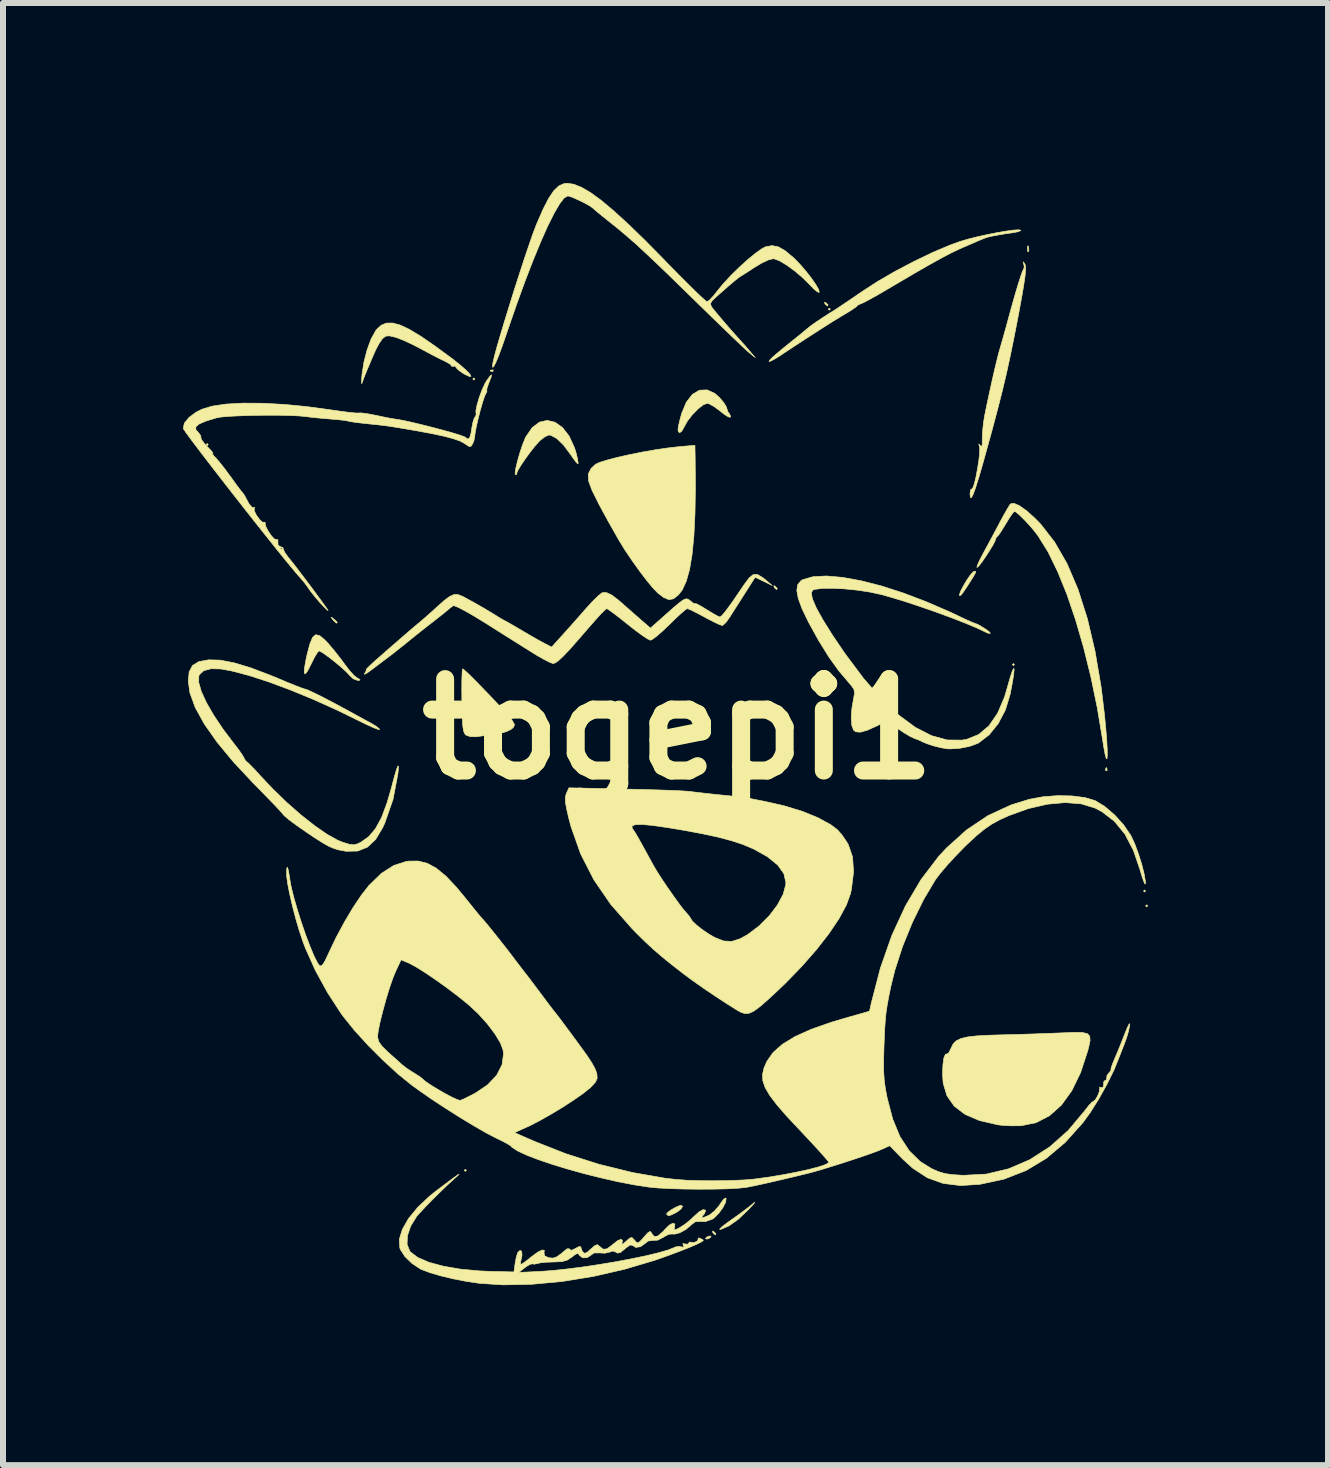
<source format=kicad_pcb>
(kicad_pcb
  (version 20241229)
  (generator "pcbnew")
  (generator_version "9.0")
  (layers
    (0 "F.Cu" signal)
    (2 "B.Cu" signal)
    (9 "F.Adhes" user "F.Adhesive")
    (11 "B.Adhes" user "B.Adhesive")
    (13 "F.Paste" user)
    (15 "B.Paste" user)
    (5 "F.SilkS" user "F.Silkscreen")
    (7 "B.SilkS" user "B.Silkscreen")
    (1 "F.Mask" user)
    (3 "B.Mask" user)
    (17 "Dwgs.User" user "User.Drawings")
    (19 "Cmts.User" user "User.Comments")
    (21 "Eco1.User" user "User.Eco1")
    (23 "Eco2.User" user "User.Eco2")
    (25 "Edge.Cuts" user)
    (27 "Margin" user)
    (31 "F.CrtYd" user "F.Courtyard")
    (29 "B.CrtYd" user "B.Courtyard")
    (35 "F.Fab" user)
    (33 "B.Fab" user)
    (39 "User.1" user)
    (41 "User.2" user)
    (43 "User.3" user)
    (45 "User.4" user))
  (footprint "togepi1"
    (layer "F.Cu")
    (at 8.254 9.107)
    (property "Reference" "togepi1" (at 0 0 0) (layer "F.SilkS") (effects (font (size 1.524 1.524) (thickness 0.3))))
    (attr through_hole)
    (fp_poly (pts (xy -7.832 -4.745) (xy -7.849 -4.727) (xy -7.867 -4.745) (xy -7.849 -4.763) (xy -7.832 -4.745)) (stroke (width 0.01) (type solid)) (fill yes) (layer "F.SilkS"))
    (fp_poly (pts (xy -3.528 7.355) (xy -3.545 7.373) (xy -3.563 7.355) (xy -3.545 7.338) (xy -3.528 7.355)) (stroke (width 0.01) (type solid)) (fill yes) (layer "F.SilkS"))
    (fp_poly (pts (xy -3.387 -5.838) (xy -3.404 -5.821) (xy -3.422 -5.838) (xy -3.404 -5.856) (xy -3.387 -5.838)) (stroke (width 0.01) (type solid)) (fill yes) (layer "F.SilkS"))
    (fp_poly (pts (xy 2.54 -7.003) (xy 2.522 -6.985) (xy 2.505 -7.003) (xy 2.522 -7.02) (xy 2.54 -7.003)) (stroke (width 0.01) (type solid)) (fill yes) (layer "F.SilkS"))
    (fp_poly (pts (xy 5.609 -1.076) (xy 5.592 -1.058) (xy 5.574 -1.076) (xy 5.592 -1.094) (xy 5.609 -1.076)) (stroke (width 0.01) (type solid)) (fill yes) (layer "F.SilkS"))
    (fp_poly (pts (xy 7.796 2.699) (xy 7.779 2.716) (xy 7.761 2.699) (xy 7.779 2.681) (xy 7.796 2.699)) (stroke (width 0.01) (type solid)) (fill yes) (layer "F.SilkS"))
    (fp_poly (pts (xy 7.832 2.946) (xy 7.814 2.963) (xy 7.796 2.946) (xy 7.814 2.928) (xy 7.832 2.946)) (stroke (width 0.01) (type solid)) (fill yes) (layer "F.SilkS"))
    (fp_poly (pts (xy -3.081 -5.985) (xy -3.086 -5.964) (xy -3.104 -5.962) (xy -3.133 -5.975) (xy -3.128 -5.985) (xy -3.086 -5.99) (xy -3.081 -5.985)) (stroke (width 0.01) (type solid)) (fill yes) (layer "F.SilkS"))
    (fp_poly (pts (xy 5.844 -8.052) (xy 5.849 -7.98) (xy 5.844 -7.964) (xy 5.831 -7.96) (xy 5.826 -8.008) (xy 5.832 -8.058) (xy 5.844 -8.052)) (stroke (width 0.01) (type solid)) (fill yes) (layer "F.SilkS"))
    (fp_poly (pts (xy 7.15 0.647) (xy 7.154 0.689) (xy 7.15 0.694) (xy 7.129 0.689) (xy 7.126 0.67) (xy 7.139 0.641) (xy 7.15 0.647)) (stroke (width 0.01) (type solid)) (fill yes) (layer "F.SilkS"))
    (fp_poly (pts (xy 0.547 8.467) (xy 0.509 8.496) (xy 0.468 8.501) (xy 0.459 8.488) (xy 0.486 8.465) (xy 0.513 8.453) (xy 0.55 8.451) (xy 0.547 8.467)) (stroke (width 0.01) (type solid)) (fill yes) (layer "F.SilkS"))
    (fp_poly (pts (xy 0.594 8.375) (xy 0.632 8.411) (xy 0.624 8.431) (xy 0.619 8.431) (xy 0.59 8.406) (xy 0.579 8.391) (xy 0.575 8.367) (xy 0.594 8.375)) (stroke (width 0.01) (type solid)) (fill yes) (layer "F.SilkS"))
    (fp_poly (pts (xy 1.617 -2.385) (xy 1.655 -2.349) (xy 1.647 -2.329) (xy 1.642 -2.328) (xy 1.613 -2.353) (xy 1.602 -2.369) (xy 1.598 -2.393) (xy 1.617 -2.385)) (stroke (width 0.01) (type solid)) (fill yes) (layer "F.SilkS"))
    (fp_poly (pts (xy 2.464 -7.112) (xy 2.502 -7.076) (xy 2.494 -7.056) (xy 2.489 -7.056) (xy 2.459 -7.081) (xy 2.448 -7.096) (xy 2.444 -7.12) (xy 2.464 -7.112)) (stroke (width 0.01) (type solid)) (fill yes) (layer "F.SilkS"))
    (fp_poly (pts (xy -5.767 -1.859) (xy -5.741 -1.839) (xy -5.693 -1.795) (xy -5.68 -1.777) (xy -5.697 -1.767) (xy -5.744 -1.812) (xy -5.755 -1.826) (xy -5.785 -1.867) (xy -5.767 -1.859)) (stroke (width 0.01) (type solid)) (fill yes) (layer "F.SilkS"))
    (fp_poly (pts (xy 0.076 7.955) (xy 0.053 7.996) (xy -0.005 8.043) (xy -0.034 8.06) (xy -0.117 8.101) (xy -0.161 8.111) (xy -0.185 8.093) (xy -0.19 8.084) (xy -0.172 8.056) (xy -0.114 8.014) (xy -0.038 7.971) (xy 0.03 7.942) (xy 0.054 7.938) (xy 0.076 7.955)) (stroke (width 0.01) (type solid)) (fill yes) (layer "F.SilkS"))
    (fp_poly (pts (xy 1.265 7.91) (xy 1.208 7.974) (xy 1.182 8.002) (xy 1.006 8.17) (xy 0.848 8.282) (xy 0.706 8.343) (xy 0.693 8.336) (xy 0.732 8.297) (xy 0.814 8.234) (xy 0.882 8.185) (xy 1.015 8.091) (xy 1.139 7.999) (xy 1.232 7.926) (xy 1.252 7.908) (xy 1.281 7.886) (xy 1.265 7.91)) (stroke (width 0.01) (type solid)) (fill yes) (layer "F.SilkS"))
    (fp_poly (pts (xy 4.966 -2.625) (xy 4.949 -2.586) (xy 4.901 -2.507) (xy 4.839 -2.408) (xy 4.762 -2.292) (xy 4.716 -2.233) (xy 4.694 -2.226) (xy 4.692 -2.241) (xy 4.71 -2.297) (xy 4.756 -2.385) (xy 4.814 -2.484) (xy 4.873 -2.569) (xy 4.918 -2.62) (xy 4.926 -2.625) (xy 4.957 -2.635) (xy 4.966 -2.625)) (stroke (width 0.01) (type solid)) (fill yes) (layer "F.SilkS"))
    (fp_poly (pts (xy 0.614 -5.598) (xy 0.69 -5.53) (xy 0.761 -5.447) (xy 0.804 -5.377) (xy 0.811 -5.354) (xy 0.834 -5.288) (xy 0.853 -5.264) (xy 0.878 -5.217) (xy 0.872 -5.2) (xy 0.836 -5.208) (xy 0.765 -5.254) (xy 0.701 -5.305) (xy 0.606 -5.376) (xy 0.522 -5.423) (xy 0.485 -5.433) (xy 0.418 -5.406) (xy 0.33 -5.336) (xy 0.237 -5.24) (xy 0.156 -5.136) (xy 0.107 -5.047) (xy 0.063 -4.968) (xy 0.025 -4.941) (xy 0.002 -4.97) (xy 0 -4.999) (xy 0.01 -5.064) (xy 0.035 -5.17) (xy 0.061 -5.265) (xy 0.139 -5.452) (xy 0.239 -5.581) (xy 0.356 -5.651) (xy 0.484 -5.657) (xy 0.614 -5.598)) (stroke (width 0.01) (type solid)) (fill yes) (layer "F.SilkS"))
    (fp_poly (pts (xy -3.564 -0.987) (xy -3.498 -0.927) (xy -3.403 -0.834) (xy -3.29 -0.718) (xy -3.167 -0.591) (xy -3.044 -0.461) (xy -2.931 -0.338) (xy -2.837 -0.233) (xy -2.772 -0.155) (xy -2.757 -0.134) (xy -2.725 -0.075) (xy -2.743 -0.031) (xy -2.78 0.001) (xy -2.856 0.039) (xy -2.973 0.072) (xy -3.059 0.087) (xy -3.193 0.103) (xy -3.315 0.119) (xy -3.37 0.127) (xy -3.466 0.124) (xy -3.536 0.098) (xy -3.56 0.07) (xy -3.577 0.022) (xy -3.589 -0.057) (xy -3.597 -0.18) (xy -3.602 -0.356) (xy -3.603 -0.467) (xy -3.605 -0.651) (xy -3.604 -0.809) (xy -3.6 -0.929) (xy -3.595 -0.996) (xy -3.592 -1.006) (xy -3.564 -0.987)) (stroke (width 0.01) (type solid)) (fill yes) (layer "F.SilkS"))
    (fp_poly (pts (xy -5.973 -1.559) (xy -5.886 -1.486) (xy -5.832 -1.429) (xy -5.725 -1.302) (xy -5.616 -1.163) (xy -5.554 -1.078) (xy -5.475 -0.975) (xy -5.398 -0.892) (xy -5.354 -0.858) (xy -5.301 -0.826) (xy -5.308 -0.815) (xy -5.345 -0.814) (xy -5.415 -0.84) (xy -5.477 -0.899) (xy -5.531 -0.957) (xy -5.618 -1.036) (xy -5.722 -1.123) (xy -5.827 -1.205) (xy -5.917 -1.269) (xy -5.976 -1.303) (xy -5.986 -1.305) (xy -6.014 -1.275) (xy -6.061 -1.197) (xy -6.116 -1.088) (xy -6.117 -1.085) (xy -6.176 -0.97) (xy -6.215 -0.921) (xy -6.232 -0.939) (xy -6.227 -1.021) (xy -6.201 -1.168) (xy -6.183 -1.25) (xy -6.137 -1.424) (xy -6.092 -1.531) (xy -6.039 -1.575) (xy -5.973 -1.559)) (stroke (width 0.01) (type solid)) (fill yes) (layer "F.SilkS"))
    (fp_poly (pts (xy 0.286 -4.527) (xy 0.29 -4.027) (xy 0.283 -3.594) (xy 0.265 -3.224) (xy 0.235 -2.915) (xy 0.193 -2.664) (xy 0.138 -2.467) (xy 0.071 -2.321) (xy 0.009 -2.241) (xy -0.075 -2.174) (xy -0.153 -2.159) (xy -0.243 -2.198) (xy -0.338 -2.271) (xy -0.417 -2.353) (xy -0.523 -2.481) (xy -0.643 -2.639) (xy -0.768 -2.814) (xy -0.886 -2.989) (xy -0.986 -3.152) (xy -0.995 -3.168) (xy -1.174 -3.484) (xy -1.315 -3.744) (xy -1.417 -3.949) (xy -1.435 -3.986) (xy -1.491 -4.139) (xy -1.496 -4.255) (xy -1.448 -4.349) (xy -1.374 -4.417) (xy -1.303 -4.45) (xy -1.175 -4.489) (xy -1.005 -4.533) (xy -0.806 -4.578) (xy -0.591 -4.621) (xy -0.373 -4.659) (xy -0.168 -4.689) (xy 0.009 -4.709) (xy 0.282 -4.733) (xy 0.286 -4.527)) (stroke (width 0.01) (type solid)) (fill yes) (layer "F.SilkS"))
    (fp_poly (pts (xy -2.05 -5.117) (xy -1.926 -5.029) (xy -1.815 -4.886) (xy -1.725 -4.69) (xy -1.695 -4.591) (xy -1.673 -4.496) (xy -1.665 -4.435) (xy -1.667 -4.424) (xy -1.692 -4.443) (xy -1.742 -4.508) (xy -1.795 -4.585) (xy -1.91 -4.739) (xy -2.022 -4.847) (xy -2.121 -4.9) (xy -2.152 -4.904) (xy -2.212 -4.88) (xy -2.292 -4.82) (xy -2.324 -4.789) (xy -2.389 -4.715) (xy -2.467 -4.615) (xy -2.546 -4.507) (xy -2.616 -4.404) (xy -2.666 -4.322) (xy -2.686 -4.278) (xy -2.685 -4.274) (xy -2.694 -4.244) (xy -2.696 -4.242) (xy -2.714 -4.249) (xy -2.716 -4.266) (xy -2.705 -4.349) (xy -2.675 -4.473) (xy -2.634 -4.616) (xy -2.588 -4.752) (xy -2.545 -4.858) (xy -2.538 -4.872) (xy -2.432 -5.027) (xy -2.31 -5.119) (xy -2.181 -5.148) (xy -2.05 -5.117)) (stroke (width 0.01) (type solid)) (fill yes) (layer "F.SilkS"))
    (fp_poly (pts (xy 6.743 5.057) (xy 6.826 5.077) (xy 6.865 5.119) (xy 6.87 5.191) (xy 6.848 5.299) (xy 6.83 5.366) (xy 6.712 5.726) (xy 6.566 6.027) (xy 6.392 6.268) (xy 6.192 6.446) (xy 5.969 6.561) (xy 5.723 6.611) (xy 5.704 6.612) (xy 5.554 6.613) (xy 5.404 6.605) (xy 5.327 6.595) (xy 5.025 6.525) (xy 4.785 6.422) (xy 4.605 6.285) (xy 4.484 6.112) (xy 4.421 5.903) (xy 4.41 5.752) (xy 4.417 5.592) (xy 4.433 5.478) (xy 4.459 5.419) (xy 4.482 5.416) (xy 4.511 5.399) (xy 4.546 5.333) (xy 4.554 5.315) (xy 4.587 5.248) (xy 4.638 5.196) (xy 4.715 5.158) (xy 4.828 5.131) (xy 4.987 5.113) (xy 5.199 5.102) (xy 5.409 5.096) (xy 5.648 5.09) (xy 5.905 5.082) (xy 6.152 5.073) (xy 6.363 5.065) (xy 6.409 5.063) (xy 6.607 5.055) (xy 6.743 5.057)) (stroke (width 0.01) (type solid)) (fill yes) (layer "F.SilkS"))
    (fp_poly (pts (xy -4.633 -6.738) (xy -4.478 -6.665) (xy -4.289 -6.551) (xy -4.059 -6.393) (xy -3.783 -6.191) (xy -3.766 -6.178) (xy -3.633 -6.073) (xy -3.534 -5.986) (xy -3.472 -5.921) (xy -3.451 -5.883) (xy -3.475 -5.879) (xy -3.549 -5.913) (xy -3.581 -5.931) (xy -3.658 -5.985) (xy -3.701 -6.029) (xy -3.704 -6.038) (xy -3.726 -6.056) (xy -3.739 -6.05) (xy -3.772 -6.048) (xy -3.775 -6.057) (xy -3.804 -6.089) (xy -3.875 -6.129) (xy -3.889 -6.136) (xy -3.973 -6.176) (xy -4.096 -6.239) (xy -4.236 -6.314) (xy -4.286 -6.341) (xy -4.433 -6.417) (xy -4.576 -6.483) (xy -4.691 -6.528) (xy -4.718 -6.536) (xy -4.816 -6.558) (xy -4.875 -6.552) (xy -4.922 -6.515) (xy -4.93 -6.507) (xy -4.982 -6.433) (xy -5.039 -6.326) (xy -5.06 -6.279) (xy -5.117 -6.147) (xy -5.174 -6.013) (xy -5.188 -5.98) (xy -5.231 -5.874) (xy -5.263 -5.785) (xy -5.269 -5.768) (xy -5.276 -5.762) (xy -5.276 -5.814) (xy -5.269 -5.908) (xy -5.237 -6.117) (xy -5.184 -6.323) (xy -5.117 -6.505) (xy -5.041 -6.642) (xy -5.023 -6.666) (xy -4.949 -6.734) (xy -4.863 -6.77) (xy -4.76 -6.772) (xy -4.633 -6.738)) (stroke (width 0.01) (type solid)) (fill yes) (layer "F.SilkS"))
    (fp_poly (pts (xy 5.77 -7.775) (xy 5.785 -7.752) (xy 5.795 -7.717) (xy 5.795 -7.65) (xy 5.785 -7.546) (xy 5.763 -7.397) (xy 5.729 -7.196) (xy 5.681 -6.936) (xy 5.662 -6.835) (xy 5.597 -6.504) (xy 5.535 -6.202) (xy 5.472 -5.914) (xy 5.403 -5.625) (xy 5.325 -5.319) (xy 5.235 -4.981) (xy 5.129 -4.597) (xy 5.092 -4.463) (xy 5.02 -4.213) (xy 4.963 -4.031) (xy 4.92 -3.913) (xy 4.891 -3.859) (xy 4.874 -3.865) (xy 4.868 -3.928) (xy 4.878 -3.992) (xy 4.9 -4.007) (xy 4.919 -4.029) (xy 4.944 -4.104) (xy 4.97 -4.215) (xy 4.994 -4.346) (xy 5.015 -4.479) (xy 5.028 -4.597) (xy 5.03 -4.683) (xy 5.026 -4.711) (xy 5.014 -4.755) (xy 5.033 -4.738) (xy 5.04 -4.727) (xy 5.063 -4.711) (xy 5.072 -4.75) (xy 5.072 -4.833) (xy 5.077 -4.956) (xy 5.093 -5.109) (xy 5.111 -5.221) (xy 5.143 -5.379) (xy 5.183 -5.566) (xy 5.226 -5.764) (xy 5.27 -5.958) (xy 5.311 -6.129) (xy 5.344 -6.262) (xy 5.364 -6.332) (xy 5.384 -6.401) (xy 5.419 -6.524) (xy 5.465 -6.687) (xy 5.517 -6.878) (xy 5.561 -7.038) (xy 5.616 -7.233) (xy 5.667 -7.405) (xy 5.71 -7.54) (xy 5.741 -7.629) (xy 5.757 -7.658) (xy 5.773 -7.704) (xy 5.766 -7.746) (xy 5.754 -7.792) (xy 5.77 -7.775)) (stroke (width 0.01) (type solid)) (fill yes) (layer "F.SilkS"))
    (fp_poly (pts (xy 5.69 -3.727) (xy 5.808 -3.644) (xy 5.945 -3.522) (xy 6.047 -3.418) (xy 6.279 -3.12) (xy 6.487 -2.758) (xy 6.669 -2.332) (xy 6.825 -1.843) (xy 6.954 -1.294) (xy 7.057 -0.686) (xy 7.109 -0.252) (xy 7.132 -0.013) (xy 7.148 0.185) (xy 7.156 0.338) (xy 7.157 0.442) (xy 7.152 0.494) (xy 7.14 0.49) (xy 7.122 0.426) (xy 7.098 0.297) (xy 7.079 0.176) (xy 6.99 -0.357) (xy 6.883 -0.873) (xy 6.761 -1.366) (xy 6.627 -1.827) (xy 6.483 -2.25) (xy 6.33 -2.626) (xy 6.172 -2.95) (xy 6.01 -3.212) (xy 5.954 -3.288) (xy 5.87 -3.388) (xy 5.779 -3.486) (xy 5.695 -3.569) (xy 5.632 -3.621) (xy 5.609 -3.632) (xy 5.582 -3.605) (xy 5.534 -3.537) (xy 5.512 -3.501) (xy 5.432 -3.37) (xy 5.38 -3.287) (xy 5.348 -3.24) (xy 5.325 -3.215) (xy 5.315 -3.206) (xy 5.294 -3.175) (xy 5.295 -3.171) (xy 5.285 -3.135) (xy 5.245 -3.06) (xy 5.186 -2.964) (xy 5.12 -2.863) (xy 5.057 -2.773) (xy 5.007 -2.712) (xy 4.983 -2.695) (xy 4.991 -2.732) (xy 5.027 -2.812) (xy 5.083 -2.921) (xy 5.09 -2.934) (xy 5.167 -3.076) (xy 5.259 -3.247) (xy 5.348 -3.414) (xy 5.361 -3.44) (xy 5.431 -3.569) (xy 5.492 -3.676) (xy 5.533 -3.743) (xy 5.543 -3.756) (xy 5.599 -3.766) (xy 5.69 -3.727)) (stroke (width 0.01) (type solid)) (fill yes) (layer "F.SilkS"))
    (fp_poly (pts (xy 5.714 -8.318) (xy 5.711 -8.311) (xy 5.664 -8.292) (xy 5.578 -8.276) (xy 5.57 -8.275) (xy 5.467 -8.261) (xy 5.337 -8.239) (xy 5.215 -8.216) (xy 5.151 -8.2) (xy 5.104 -8.183) (xy 5.01 -8.144) (xy 4.886 -8.09) (xy 4.746 -8.03) (xy 4.675 -7.998) (xy 4.55 -7.938) (xy 4.386 -7.852) (xy 4.178 -7.736) (xy 3.922 -7.589) (xy 3.613 -7.407) (xy 3.489 -7.334) (xy 3.336 -7.244) (xy 3.203 -7.17) (xy 3.103 -7.117) (xy 3.048 -7.092) (xy 3.042 -7.091) (xy 2.997 -7.07) (xy 2.993 -7.063) (xy 2.958 -7.032) (xy 2.88 -6.979) (xy 2.805 -6.934) (xy 2.689 -6.864) (xy 2.528 -6.765) (xy 2.339 -6.644) (xy 2.134 -6.512) (xy 1.929 -6.378) (xy 1.737 -6.251) (xy 1.72 -6.239) (xy 1.62 -6.176) (xy 1.548 -6.137) (xy 1.517 -6.131) (xy 1.517 -6.132) (xy 1.53 -6.154) (xy 1.572 -6.197) (xy 1.65 -6.265) (xy 1.769 -6.364) (xy 1.935 -6.498) (xy 2.058 -6.597) (xy 2.128 -6.655) (xy 2.165 -6.686) (xy 2.218 -6.728) (xy 2.309 -6.792) (xy 2.416 -6.864) (xy 2.517 -6.929) (xy 2.582 -6.969) (xy 2.632 -7) (xy 2.727 -7.064) (xy 2.857 -7.151) (xy 3.007 -7.254) (xy 3.067 -7.295) (xy 3.329 -7.465) (xy 3.626 -7.637) (xy 3.939 -7.801) (xy 4.247 -7.949) (xy 4.531 -8.069) (xy 4.692 -8.128) (xy 4.827 -8.168) (xy 4.984 -8.208) (xy 5.152 -8.245) (xy 5.318 -8.278) (xy 5.47 -8.304) (xy 5.594 -8.321) (xy 5.68 -8.326) (xy 5.714 -8.318)) (stroke (width 0.01) (type solid)) (fill yes) (layer "F.SilkS"))
    (fp_poly (pts (xy 2.742 -2.531) (xy 3.05 -2.475) (xy 3.391 -2.388) (xy 3.757 -2.27) (xy 4.143 -2.123) (xy 4.542 -1.95) (xy 4.679 -1.885) (xy 4.799 -1.828) (xy 4.894 -1.786) (xy 4.946 -1.765) (xy 4.95 -1.764) (xy 4.995 -1.748) (xy 5.065 -1.708) (xy 5.139 -1.661) (xy 5.194 -1.619) (xy 5.208 -1.598) (xy 5.169 -1.6) (xy 5.128 -1.618) (xy 4.988 -1.685) (xy 4.795 -1.766) (xy 4.564 -1.856) (xy 4.309 -1.95) (xy 4.044 -2.042) (xy 3.785 -2.128) (xy 3.545 -2.201) (xy 3.387 -2.245) (xy 3.197 -2.286) (xy 2.988 -2.318) (xy 2.775 -2.339) (xy 2.575 -2.349) (xy 2.406 -2.347) (xy 2.282 -2.331) (xy 2.25 -2.321) (xy 2.222 -2.274) (xy 2.24 -2.174) (xy 2.304 -2.025) (xy 2.415 -1.825) (xy 2.57 -1.576) (xy 2.771 -1.279) (xy 2.796 -1.244) (xy 3.096 -0.843) (xy 3.391 -0.506) (xy 3.679 -0.235) (xy 3.959 -0.029) (xy 4.229 0.109) (xy 4.49 0.18) (xy 4.738 0.182) (xy 4.814 0.169) (xy 5.013 0.089) (xy 5.184 -0.056) (xy 5.328 -0.265) (xy 5.444 -0.536) (xy 5.484 -0.672) (xy 5.536 -0.854) (xy 5.573 -0.968) (xy 5.596 -1.014) (xy 5.604 -0.995) (xy 5.596 -0.91) (xy 5.572 -0.762) (xy 5.536 -0.576) (xy 5.459 -0.322) (xy 5.34 -0.095) (xy 5.188 0.094) (xy 5.013 0.228) (xy 4.999 0.236) (xy 4.864 0.286) (xy 4.697 0.319) (xy 4.533 0.329) (xy 4.48 0.326) (xy 4.382 0.309) (xy 4.264 0.279) (xy 4.155 0.244) (xy 4.082 0.214) (xy 4.075 0.21) (xy 4.015 0.181) (xy 3.951 0.158) (xy 3.876 0.124) (xy 3.77 0.061) (xy 3.674 -0.003) (xy 3.485 -0.138) (xy 3.321 -0.057) (xy 3.157 0.017) (xy 3.041 0.05) (xy 2.963 0.044) (xy 2.928 0.017) (xy 2.898 -0.061) (xy 2.888 -0.189) (xy 2.899 -0.347) (xy 2.925 -0.497) (xy 2.943 -0.599) (xy 2.933 -0.665) (xy 2.887 -0.731) (xy 2.863 -0.758) (xy 2.683 -0.97) (xy 2.516 -1.202) (xy 2.346 -1.476) (xy 2.323 -1.517) (xy 2.175 -1.786) (xy 2.069 -2.005) (xy 2.005 -2.178) (xy 1.981 -2.311) (xy 1.995 -2.408) (xy 2.048 -2.473) (xy 2.082 -2.494) (xy 2.251 -2.542) (xy 2.474 -2.554) (xy 2.742 -2.531)) (stroke (width 0.01) (type solid)) (fill yes) (layer "F.SilkS"))
    (fp_poly (pts (xy -7.633 -1.151) (xy -7.399 -1.106) (xy -7.118 -1.021) (xy -6.785 -0.894) (xy -6.666 -0.845) (xy -6.508 -0.778) (xy -6.373 -0.724) (xy -6.274 -0.686) (xy -6.226 -0.67) (xy -6.224 -0.67) (xy -6.174 -0.654) (xy -6.072 -0.607) (xy -5.927 -0.535) (xy -5.749 -0.442) (xy -5.546 -0.333) (xy -5.486 -0.3) (xy -5.347 -0.224) (xy -5.214 -0.151) (xy -5.113 -0.097) (xy -5.106 -0.093) (xy -5.025 -0.043) (xy -4.978 -0.003) (xy -4.974 0.006) (xy -5.003 0.003) (xy -5.081 -0.027) (xy -5.195 -0.079) (xy -5.283 -0.122) (xy -5.684 -0.318) (xy -6.082 -0.497) (xy -6.465 -0.655) (xy -6.826 -0.789) (xy -7.153 -0.895) (xy -7.438 -0.97) (xy -7.623 -1.004) (xy -7.784 -1.008) (xy -7.907 -0.975) (xy -7.98 -0.908) (xy -7.989 -0.887) (xy -7.991 -0.78) (xy -7.948 -0.629) (xy -7.863 -0.444) (xy -7.74 -0.231) (xy -7.583 0.003) (xy -7.42 0.219) (xy -7.334 0.33) (xy -7.269 0.422) (xy -7.235 0.479) (xy -7.232 0.489) (xy -7.205 0.533) (xy -7.2 0.535) (xy -7.163 0.565) (xy -7.093 0.636) (xy -7.003 0.732) (xy -6.973 0.766) (xy -6.752 1.001) (xy -6.52 1.225) (xy -6.286 1.43) (xy -6.06 1.608) (xy -5.853 1.752) (xy -5.673 1.852) (xy -5.586 1.887) (xy -5.477 1.92) (xy -5.406 1.928) (xy -5.343 1.912) (xy -5.288 1.885) (xy -5.157 1.793) (xy -5.043 1.658) (xy -4.942 1.472) (xy -4.851 1.228) (xy -4.781 0.988) (xy -4.73 0.796) (xy -4.693 0.671) (xy -4.67 0.613) (xy -4.661 0.619) (xy -4.664 0.688) (xy -4.671 0.749) (xy -4.751 1.169) (xy -4.889 1.566) (xy -4.924 1.642) (xy -5.041 1.838) (xy -5.178 1.967) (xy -5.341 2.032) (xy -5.534 2.036) (xy -5.662 2.012) (xy -5.742 1.987) (xy -5.825 1.951) (xy -5.924 1.895) (xy -6.055 1.812) (xy -6.192 1.72) (xy -6.359 1.604) (xy -6.487 1.509) (xy -6.568 1.44) (xy -6.597 1.404) (xy -6.621 1.377) (xy -6.686 1.306) (xy -6.786 1.202) (xy -6.914 1.07) (xy -7.061 0.92) (xy -7.082 0.899) (xy -7.414 0.544) (xy -7.686 0.215) (xy -7.898 -0.087) (xy -8.049 -0.361) (xy -8.138 -0.607) (xy -8.165 -0.801) (xy -8.15 -0.957) (xy -8.094 -1.062) (xy -7.989 -1.126) (xy -7.826 -1.156) (xy -7.822 -1.156) (xy -7.633 -1.151)) (stroke (width 0.01) (type solid)) (fill yes) (layer "F.SilkS"))
    (fp_poly (pts (xy -0.865 0.999) (xy -0.607 1.005) (xy -0.368 1.012) (xy -0.157 1.019) (xy 0.013 1.026) (xy 0.134 1.033) (xy 0.194 1.038) (xy 0.272 1.048) (xy 0.4 1.063) (xy 0.561 1.081) (xy 0.706 1.096) (xy 0.874 1.113) (xy 1.021 1.13) (xy 1.131 1.144) (xy 1.182 1.152) (xy 1.256 1.167) (xy 1.368 1.189) (xy 1.446 1.204) (xy 1.775 1.279) (xy 2.076 1.371) (xy 2.337 1.478) (xy 2.547 1.593) (xy 2.655 1.674) (xy 2.73 1.758) (xy 2.808 1.872) (xy 2.84 1.926) (xy 2.91 2.131) (xy 2.927 2.38) (xy 2.891 2.67) (xy 2.876 2.741) (xy 2.807 2.932) (xy 2.686 3.156) (xy 2.519 3.405) (xy 2.31 3.673) (xy 2.066 3.952) (xy 1.791 4.235) (xy 1.673 4.348) (xy 1.501 4.508) (xy 1.37 4.622) (xy 1.269 4.697) (xy 1.19 4.735) (xy 1.122 4.743) (xy 1.057 4.724) (xy 0.988 4.687) (xy 0.818 4.58) (xy 0.622 4.452) (xy 0.423 4.317) (xy 0.242 4.19) (xy 0.101 4.086) (xy -0.103 3.927) (xy -0.268 3.794) (xy -0.409 3.672) (xy -0.546 3.545) (xy -0.695 3.398) (xy -0.769 3.322) (xy -1.119 2.924) (xy -1.403 2.511) (xy -1.624 2.078) (xy -1.787 1.616) (xy -1.787 1.613) (xy -0.766 1.613) (xy -0.764 1.654) (xy -0.746 1.677) (xy -0.717 1.72) (xy -0.663 1.811) (xy -0.583 1.955) (xy -0.473 2.156) (xy -0.408 2.275) (xy -0.353 2.368) (xy -0.272 2.495) (xy -0.175 2.639) (xy -0.074 2.783) (xy 0.018 2.911) (xy 0.091 3.007) (xy 0.121 3.041) (xy 0.18 3.108) (xy 0.21 3.152) (xy 0.212 3.156) (xy 0.239 3.2) (xy 0.31 3.267) (xy 0.408 3.344) (xy 0.517 3.418) (xy 0.61 3.472) (xy 0.76 3.531) (xy 0.894 3.539) (xy 1.034 3.495) (xy 1.165 3.422) (xy 1.355 3.278) (xy 1.523 3.109) (xy 1.659 2.929) (xy 1.754 2.751) (xy 1.797 2.588) (xy 1.798 2.557) (xy 1.765 2.409) (xy 1.662 2.265) (xy 1.492 2.127) (xy 1.258 1.996) (xy 1.252 1.994) (xy 1.087 1.924) (xy 0.897 1.861) (xy 0.672 1.801) (xy 0.403 1.743) (xy 0.081 1.683) (xy -0.174 1.641) (xy -0.417 1.606) (xy -0.595 1.589) (xy -0.711 1.592) (xy -0.766 1.613) (xy -1.787 1.613) (xy -1.82 1.489) (xy -1.858 1.326) (xy -1.877 1.213) (xy -1.879 1.136) (xy -1.864 1.078) (xy -1.86 1.069) (xy -1.818 0.978) (xy -0.865 0.999)) (stroke (width 0.01) (type solid)) (fill yes) (layer "F.SilkS"))
    (fp_poly (pts (xy -1.737 -9.085) (xy -1.607 -9.033) (xy -1.455 -8.944) (xy -1.277 -8.814) (xy -1.07 -8.64) (xy -0.829 -8.42) (xy -0.552 -8.151) (xy -0.235 -7.83) (xy -0.185 -7.777) (xy -0.012 -7.601) (xy 0.145 -7.443) (xy 0.28 -7.31) (xy 0.387 -7.208) (xy 0.457 -7.145) (xy 0.485 -7.126) (xy 0.524 -7.153) (xy 0.589 -7.221) (xy 0.651 -7.3) (xy 0.751 -7.423) (xy 0.878 -7.56) (xy 1.02 -7.699) (xy 1.163 -7.829) (xy 1.296 -7.938) (xy 1.404 -8.014) (xy 1.459 -8.042) (xy 1.567 -8.062) (xy 1.672 -8.042) (xy 1.786 -7.977) (xy 1.926 -7.86) (xy 1.939 -7.848) (xy 2.035 -7.749) (xy 2.134 -7.634) (xy 2.226 -7.517) (xy 2.299 -7.41) (xy 2.346 -7.328) (xy 2.355 -7.283) (xy 2.354 -7.281) (xy 2.321 -7.293) (xy 2.259 -7.345) (xy 2.216 -7.39) (xy 2.092 -7.515) (xy 1.954 -7.633) (xy 1.817 -7.734) (xy 1.695 -7.807) (xy 1.603 -7.842) (xy 1.587 -7.843) (xy 1.508 -7.824) (xy 1.395 -7.771) (xy 1.27 -7.696) (xy 1.164 -7.626) (xy 1.082 -7.574) (xy 1.042 -7.55) (xy 1.04 -7.549) (xy 1.008 -7.527) (xy 0.933 -7.466) (xy 0.824 -7.373) (xy 0.691 -7.256) (xy 0.64 -7.211) (xy 0.567 -7.141) (xy 0.541 -7.095) (xy 0.554 -7.051) (xy 0.568 -7.03) (xy 0.612 -6.974) (xy 0.691 -6.879) (xy 0.79 -6.763) (xy 0.897 -6.64) (xy 0.999 -6.526) (xy 1.058 -6.46) (xy 1.117 -6.395) (xy 1.19 -6.31) (xy 1.199 -6.299) (xy 1.288 -6.195) (xy 1.182 -6.281) (xy 1.13 -6.328) (xy 1.035 -6.417) (xy 0.905 -6.541) (xy 0.747 -6.694) (xy 0.568 -6.867) (xy 0.376 -7.054) (xy 0.335 -7.094) (xy 0.06 -7.363) (xy -0.172 -7.589) (xy -0.368 -7.777) (xy -0.535 -7.934) (xy -0.678 -8.067) (xy -0.806 -8.18) (xy -0.925 -8.282) (xy -1.041 -8.378) (xy -1.129 -8.448) (xy -1.245 -8.541) (xy -1.339 -8.617) (xy -1.398 -8.668) (xy -1.411 -8.68) (xy -1.459 -8.717) (xy -1.549 -8.768) (xy -1.657 -8.821) (xy -1.758 -8.866) (xy -1.829 -8.889) (xy -1.839 -8.89) (xy -1.898 -8.857) (xy -1.973 -8.76) (xy -2.064 -8.604) (xy -2.17 -8.393) (xy -2.286 -8.132) (xy -2.413 -7.824) (xy -2.548 -7.475) (xy -2.689 -7.087) (xy -2.835 -6.667) (xy -2.858 -6.597) (xy -2.928 -6.395) (xy -2.988 -6.232) (xy -3.037 -6.114) (xy -3.072 -6.046) (xy -3.091 -6.032) (xy -3.091 -6.077) (xy -3.085 -6.113) (xy -3.062 -6.213) (xy -3.02 -6.369) (xy -2.962 -6.569) (xy -2.892 -6.801) (xy -2.814 -7.054) (xy -2.732 -7.318) (xy -2.648 -7.579) (xy -2.567 -7.828) (xy -2.491 -8.052) (xy -2.426 -8.241) (xy -2.373 -8.382) (xy -2.36 -8.415) (xy -2.253 -8.662) (xy -2.158 -8.847) (xy -2.071 -8.977) (xy -1.986 -9.058) (xy -1.9 -9.096) (xy -1.848 -9.102) (xy -1.737 -9.085)) (stroke (width 0.01) (type solid)) (fill yes) (layer "F.SilkS"))
    (fp_poly (pts (xy 1.412 -2.527) (xy 1.467 -2.483) (xy 1.57 -2.396) (xy 1.428 -2.465) (xy 1.286 -2.533) (xy 1.114 -2.263) (xy 1.025 -2.123) (xy 0.939 -1.989) (xy 0.873 -1.884) (xy 0.858 -1.861) (xy 0.8 -1.78) (xy 0.75 -1.734) (xy 0.736 -1.729) (xy 0.688 -1.745) (xy 0.597 -1.788) (xy 0.479 -1.849) (xy 0.441 -1.87) (xy 0.319 -1.935) (xy 0.221 -1.984) (xy 0.162 -2.009) (xy 0.154 -2.011) (xy 0.118 -1.987) (xy 0.044 -1.924) (xy -0.056 -1.831) (xy -0.141 -1.747) (xy -0.255 -1.638) (xy -0.355 -1.551) (xy -0.429 -1.496) (xy -0.459 -1.483) (xy -0.506 -1.504) (xy -0.594 -1.562) (xy -0.71 -1.647) (xy -0.837 -1.747) (xy -0.966 -1.85) (xy -1.076 -1.934) (xy -1.154 -1.99) (xy -1.19 -2.011) (xy -1.222 -1.985) (xy -1.29 -1.917) (xy -1.382 -1.815) (xy -1.481 -1.702) (xy -1.661 -1.494) (xy -1.801 -1.335) (xy -1.909 -1.221) (xy -1.988 -1.147) (xy -2.044 -1.106) (xy -2.081 -1.094) (xy -2.133 -1.112) (xy -2.229 -1.16) (xy -2.354 -1.231) (xy -2.454 -1.293) (xy -2.602 -1.386) (xy -2.79 -1.504) (xy -2.993 -1.632) (xy -3.192 -1.758) (xy -3.239 -1.787) (xy -3.402 -1.887) (xy -3.545 -1.969) (xy -3.658 -2.028) (xy -3.729 -2.057) (xy -3.747 -2.059) (xy -3.805 -2.017) (xy -3.842 -1.985) (xy -3.896 -1.94) (xy -3.988 -1.867) (xy -4.1 -1.779) (xy -4.128 -1.758) (xy -4.261 -1.654) (xy -4.395 -1.547) (xy -4.503 -1.46) (xy -4.508 -1.455) (xy -4.624 -1.362) (xy -4.744 -1.267) (xy -4.791 -1.231) (xy -4.894 -1.153) (xy -5.02 -1.058) (xy -5.098 -0.999) (xy -5.179 -0.94) (xy -5.226 -0.914) (xy -5.226 -0.926) (xy -5.226 -0.927) (xy -5.197 -0.974) (xy -5.2 -0.988) (xy -5.188 -1.009) (xy -5.134 -1.063) (xy -5.052 -1.138) (xy -4.823 -1.339) (xy -4.64 -1.498) (xy -4.498 -1.621) (xy -4.389 -1.714) (xy -4.308 -1.782) (xy -4.304 -1.785) (xy -4.205 -1.87) (xy -4.089 -1.973) (xy -4.028 -2.028) (xy -3.899 -2.144) (xy -3.805 -2.214) (xy -3.731 -2.246) (xy -3.664 -2.243) (xy -3.588 -2.212) (xy -3.572 -2.204) (xy -3.407 -2.114) (xy -3.237 -2.017) (xy -3.092 -1.93) (xy -3.039 -1.897) (xy -2.956 -1.845) (xy -2.893 -1.811) (xy -2.839 -1.782) (xy -2.743 -1.727) (xy -2.624 -1.657) (xy -2.593 -1.639) (xy -2.459 -1.56) (xy -2.331 -1.487) (xy -2.236 -1.435) (xy -2.226 -1.43) (xy -2.107 -1.369) (xy -1.92 -1.575) (xy -1.802 -1.707) (xy -1.666 -1.86) (xy -1.539 -2.005) (xy -1.528 -2.018) (xy -1.428 -2.127) (xy -1.339 -2.215) (xy -1.275 -2.268) (xy -1.259 -2.276) (xy -1.194 -2.278) (xy -1.109 -2.239) (xy -0.994 -2.152) (xy -0.935 -2.101) (xy -0.851 -2.027) (xy -0.741 -1.93) (xy -0.644 -1.845) (xy -0.459 -1.685) (xy -0.226 -1.892) (xy -0.083 -2.019) (xy 0.017 -2.104) (xy 0.086 -2.154) (xy 0.133 -2.173) (xy 0.167 -2.168) (xy 0.201 -2.144) (xy 0.212 -2.134) (xy 0.263 -2.095) (xy 0.282 -2.095) (xy 0.309 -2.09) (xy 0.379 -2.053) (xy 0.477 -1.994) (xy 0.581 -1.93) (xy 0.661 -1.885) (xy 0.699 -1.87) (xy 0.736 -1.898) (xy 0.806 -1.984) (xy 0.91 -2.127) (xy 1.049 -2.331) (xy 1.099 -2.405) (xy 1.185 -2.521) (xy 1.254 -2.578) (xy 1.325 -2.579) (xy 1.412 -2.527)) (stroke (width 0.01) (type solid)) (fill yes) (layer "F.SilkS"))
    (fp_poly (pts (xy -3.117 -5.866) (xy -3.156 -5.767) (xy -3.184 -5.689) (xy -3.189 -5.647) (xy -3.187 -5.644) (xy -3.187 -5.623) (xy -3.202 -5.6) (xy -3.226 -5.547) (xy -3.26 -5.444) (xy -3.298 -5.311) (xy -3.334 -5.169) (xy -3.364 -5.037) (xy -3.383 -4.934) (xy -3.387 -4.895) (xy -3.403 -4.808) (xy -3.423 -4.76) (xy -3.451 -4.716) (xy -3.483 -4.713) (xy -3.544 -4.752) (xy -3.556 -4.761) (xy -3.63 -4.802) (xy -3.743 -4.842) (xy -3.9 -4.884) (xy -4.111 -4.929) (xy -4.382 -4.979) (xy -4.463 -4.993) (xy -4.642 -5.023) (xy -4.776 -5.045) (xy -4.888 -5.061) (xy -5 -5.074) (xy -5.137 -5.088) (xy -5.221 -5.097) (xy -5.348 -5.111) (xy -5.45 -5.126) (xy -5.502 -5.137) (xy -5.561 -5.148) (xy -5.668 -5.16) (xy -5.799 -5.171) (xy -5.801 -5.171) (xy -5.952 -5.184) (xy -6.096 -5.198) (xy -6.191 -5.21) (xy -6.311 -5.222) (xy -6.478 -5.23) (xy -6.678 -5.234) (xy -6.895 -5.234) (xy -7.113 -5.231) (xy -7.318 -5.224) (xy -7.495 -5.215) (xy -7.628 -5.203) (xy -7.691 -5.191) (xy -7.87 -5.137) (xy -7.984 -5.088) (xy -8.039 -5.041) (xy -8.038 -4.992) (xy -7.991 -4.939) (xy -7.955 -4.89) (xy -7.956 -4.866) (xy -7.944 -4.827) (xy -7.892 -4.758) (xy -7.842 -4.704) (xy -7.778 -4.638) (xy -7.752 -4.602) (xy -7.761 -4.602) (xy -7.773 -4.601) (xy -7.741 -4.56) (xy -7.716 -4.533) (xy -7.647 -4.455) (xy -7.557 -4.341) (xy -7.464 -4.215) (xy -7.453 -4.201) (xy -7.374 -4.09) (xy -7.309 -4.003) (xy -7.271 -3.955) (xy -7.267 -3.951) (xy -7.233 -3.907) (xy -7.219 -3.881) (xy -7.152 -3.757) (xy -7.101 -3.696) (xy -7.073 -3.696) (xy -7.059 -3.698) (xy -7.066 -3.683) (xy -7.063 -3.636) (xy -7.028 -3.567) (xy -6.979 -3.499) (xy -6.931 -3.453) (xy -6.899 -3.449) (xy -6.882 -3.451) (xy -6.885 -3.44) (xy -6.876 -3.388) (xy -6.839 -3.313) (xy -6.788 -3.235) (xy -6.737 -3.177) (xy -6.7 -3.159) (xy -6.699 -3.16) (xy -6.671 -3.16) (xy -6.671 -3.151) (xy -6.669 -3.073) (xy -6.635 -3.042) (xy -6.625 -3.043) (xy -6.585 -3.024) (xy -6.581 -3.005) (xy -6.558 -2.949) (xy -6.505 -2.874) (xy -6.497 -2.864) (xy -6.443 -2.798) (xy -6.364 -2.697) (xy -6.269 -2.572) (xy -6.166 -2.436) (xy -6.064 -2.3) (xy -5.972 -2.174) (xy -5.897 -2.071) (xy -5.848 -2.001) (xy -5.834 -1.976) (xy -5.863 -1.999) (xy -5.924 -2.061) (xy -5.973 -2.114) (xy -6.06 -2.216) (xy -6.137 -2.315) (xy -6.162 -2.352) (xy -6.231 -2.447) (xy -6.297 -2.524) (xy -6.354 -2.588) (xy -6.444 -2.696) (xy -6.564 -2.842) (xy -6.705 -3.016) (xy -6.632 -3.016) (xy -6.615 -2.999) (xy -6.597 -3.016) (xy -6.615 -3.034) (xy -6.632 -3.016) (xy -6.705 -3.016) (xy -6.706 -3.018) (xy -6.866 -3.218) (xy -7.039 -3.436) (xy -7.218 -3.663) (xy -7.398 -3.893) (xy -7.575 -4.12) (xy -7.742 -4.335) (xy -7.894 -4.533) (xy -8.026 -4.706) (xy -8.132 -4.847) (xy -8.207 -4.95) (xy -8.245 -5.007) (xy -8.249 -5.015) (xy -8.23 -5.102) (xy -8.154 -5.196) (xy -8.034 -5.285) (xy -7.938 -5.334) (xy -7.766 -5.386) (xy -7.535 -5.42) (xy -7.253 -5.436) (xy -6.929 -5.434) (xy -6.571 -5.415) (xy -6.188 -5.378) (xy -5.826 -5.329) (xy -5.651 -5.304) (xy -5.502 -5.284) (xy -5.393 -5.273) (xy -5.336 -5.27) (xy -5.331 -5.271) (xy -5.281 -5.273) (xy -5.171 -5.258) (xy -5.01 -5.227) (xy -4.904 -5.204) (xy -4.809 -5.185) (xy -4.693 -5.166) (xy -4.674 -5.164) (xy -4.569 -5.145) (xy -4.426 -5.113) (xy -4.259 -5.073) (xy -4.081 -5.028) (xy -3.909 -4.982) (xy -3.755 -4.939) (xy -3.635 -4.902) (xy -3.562 -4.875) (xy -3.548 -4.867) (xy -3.504 -4.837) (xy -3.474 -4.857) (xy -3.451 -4.935) (xy -3.44 -5.009) (xy -3.42 -5.115) (xy -3.396 -5.188) (xy -3.383 -5.206) (xy -3.363 -5.244) (xy -3.367 -5.253) (xy -3.37 -5.308) (xy -3.35 -5.408) (xy -3.314 -5.531) (xy -3.267 -5.657) (xy -3.217 -5.765) (xy -3.192 -5.808) (xy -3.133 -5.889) (xy -3.109 -5.908) (xy -3.117 -5.866)) (stroke (width 0.01) (type solid)) (fill yes) (layer "F.SilkS"))
    (fp_poly (pts (xy -3.667 7.439) (xy -3.724 7.49) (xy -3.752 7.515) (xy -3.853 7.608) (xy -3.973 7.724) (xy -4.098 7.848) (xy -4.214 7.967) (xy -4.306 8.065) (xy -4.357 8.123) (xy -4.457 8.285) (xy -4.511 8.445) (xy -4.517 8.588) (xy -4.473 8.701) (xy -4.462 8.715) (xy -4.339 8.808) (xy -4.154 8.888) (xy -3.915 8.953) (xy -3.631 9.002) (xy -3.309 9.032) (xy -3.123 9.04) (xy -2.735 9.049) (xy -2.716 8.908) (xy -2.697 8.806) (xy -2.674 8.732) (xy -2.669 8.722) (xy -2.631 8.688) (xy -2.605 8.71) (xy -2.601 8.773) (xy -2.611 8.82) (xy -2.626 8.893) (xy -2.621 8.925) (xy -2.621 8.925) (xy -2.584 8.905) (xy -2.512 8.852) (xy -2.45 8.802) (xy -2.341 8.721) (xy -2.265 8.683) (xy -2.229 8.689) (xy -2.234 8.728) (xy -2.224 8.78) (xy -2.157 8.812) (xy -2.083 8.819) (xy -2.019 8.796) (xy -1.939 8.738) (xy -1.922 8.722) (xy -1.85 8.664) (xy -1.812 8.663) (xy -1.809 8.669) (xy -1.781 8.69) (xy -1.721 8.664) (xy -1.708 8.656) (xy -1.648 8.625) (xy -1.622 8.63) (xy -1.622 8.63) (xy -1.605 8.684) (xy -1.589 8.713) (xy -1.559 8.739) (xy -1.516 8.723) (xy -1.454 8.668) (xy -1.385 8.608) (xy -1.343 8.595) (xy -1.308 8.622) (xy -1.306 8.624) (xy -1.248 8.671) (xy -1.183 8.664) (xy -1.097 8.6) (xy -1.086 8.59) (xy -1.003 8.525) (xy -0.946 8.504) (xy -0.925 8.528) (xy -0.933 8.563) (xy -0.936 8.591) (xy -0.899 8.568) (xy -0.866 8.539) (xy -0.804 8.484) (xy -0.767 8.476) (xy -0.732 8.511) (xy -0.723 8.522) (xy -0.688 8.56) (xy -0.656 8.56) (xy -0.609 8.516) (xy -0.567 8.467) (xy -0.502 8.395) (xy -0.465 8.373) (xy -0.443 8.396) (xy -0.44 8.405) (xy -0.397 8.459) (xy -0.333 8.449) (xy -0.247 8.373) (xy -0.217 8.339) (xy -0.145 8.268) (xy -0.086 8.237) (xy -0.052 8.25) (xy -0.058 8.308) (xy -0.06 8.313) (xy -0.067 8.346) (xy -0.041 8.345) (xy 0.028 8.311) (xy 0.122 8.25) (xy 0.225 8.164) (xy 0.258 8.131) (xy 0.349 8.049) (xy 0.418 8.01) (xy 0.455 8.018) (xy 0.459 8.036) (xy 0.437 8.083) (xy 0.416 8.107) (xy 0.392 8.143) (xy 0.423 8.143) (xy 0.505 8.109) (xy 0.527 8.098) (xy 0.609 8.034) (xy 0.689 7.939) (xy 0.706 7.912) (xy 0.757 7.841) (xy 0.793 7.816) (xy 0.802 7.823) (xy 0.794 7.887) (xy 0.748 7.977) (xy 0.679 8.072) (xy 0.6 8.15) (xy 0.577 8.167) (xy 0.457 8.21) (xy 0.388 8.207) (xy 0.29 8.212) (xy 0.225 8.26) (xy 0.134 8.339) (xy 0.031 8.396) (xy -0.06 8.42) (xy -0.095 8.416) (xy -0.156 8.422) (xy -0.235 8.465) (xy -0.24 8.469) (xy -0.339 8.52) (xy -0.408 8.522) (xy -0.498 8.534) (xy -0.547 8.573) (xy -0.626 8.629) (xy -0.706 8.64) (xy -0.76 8.605) (xy -0.799 8.6) (xy -0.87 8.65) (xy -0.886 8.665) (xy -0.961 8.726) (xy -1.01 8.735) (xy -1.029 8.722) (xy -1.089 8.7) (xy -1.136 8.718) (xy -1.221 8.737) (xy -1.302 8.732) (xy -1.401 8.733) (xy -1.445 8.765) (xy -1.514 8.811) (xy -1.59 8.814) (xy -1.642 8.774) (xy -1.645 8.767) (xy -1.668 8.739) (xy -1.711 8.756) (xy -1.767 8.799) (xy -1.845 8.851) (xy -1.936 8.877) (xy -2.067 8.883) (xy -2.072 8.883) (xy -2.194 8.887) (xy -2.294 8.897) (xy -2.335 8.907) (xy -2.4 8.92) (xy -2.424 8.914) (xy -2.467 8.922) (xy -2.537 8.965) (xy -2.553 8.977) (xy -2.653 9.057) (xy -2.323 9.042) (xy -2.107 9.027) (xy -1.859 9.001) (xy -1.59 8.967) (xy -1.312 8.925) (xy -1.035 8.879) (xy -0.771 8.829) (xy -0.53 8.779) (xy -0.324 8.729) (xy -0.164 8.683) (xy -0.061 8.642) (xy -0.047 8.634) (xy 0.018 8.623) (xy 0.056 8.631) (xy 0.098 8.639) (xy 0.088 8.608) (xy 0.08 8.576) (xy 0.118 8.583) (xy 0.166 8.586) (xy 0.176 8.569) (xy 0.198 8.548) (xy 0.208 8.553) (xy 0.261 8.56) (xy 0.314 8.541) (xy 0.336 8.508) (xy 0.333 8.499) (xy 0.342 8.482) (xy 0.369 8.488) (xy 0.416 8.514) (xy 0.423 8.524) (xy 0.392 8.548) (xy 0.305 8.591) (xy 0.174 8.647) (xy 0.01 8.711) (xy -0.175 8.78) (xy -0.371 8.849) (xy -0.388 8.855) (xy -0.894 9.005) (xy -1.413 9.124) (xy -1.932 9.208) (xy -2.437 9.255) (xy -2.912 9.265) (xy -3.31 9.239) (xy -3.522 9.208) (xy -3.744 9.165) (xy -3.957 9.114) (xy -4.141 9.06) (xy -4.277 9.008) (xy -4.295 9) (xy -4.435 8.907) (xy -4.553 8.793) (xy -4.629 8.675) (xy -4.638 8.649) (xy -4.647 8.505) (xy -4.596 8.34) (xy -4.493 8.159) (xy -4.34 7.973) (xy -4.145 7.788) (xy -4.035 7.7) (xy -3.863 7.571) (xy -3.744 7.482) (xy -3.674 7.432) (xy -3.649 7.419) (xy -3.667 7.439)) (stroke (width 0.01) (type solid)) (fill yes) (layer "F.SilkS"))
    (fp_poly (pts (xy 6.569 1.113) (xy 6.782 1.14) (xy 6.95 1.189) (xy 6.953 1.19) (xy 7.111 1.286) (xy 7.276 1.427) (xy 7.428 1.594) (xy 7.547 1.768) (xy 7.556 1.784) (xy 7.615 1.913) (xy 7.675 2.074) (xy 7.729 2.245) (xy 7.77 2.406) (xy 7.792 2.534) (xy 7.794 2.575) (xy 7.785 2.582) (xy 7.762 2.532) (xy 7.729 2.433) (xy 7.705 2.35) (xy 7.592 2.019) (xy 7.451 1.75) (xy 7.277 1.537) (xy 7.068 1.376) (xy 6.952 1.315) (xy 6.723 1.245) (xy 6.455 1.224) (xy 6.157 1.251) (xy 5.84 1.324) (xy 5.514 1.442) (xy 5.371 1.507) (xy 5.232 1.582) (xy 5.1 1.673) (xy 4.959 1.79) (xy 4.791 1.948) (xy 4.766 1.973) (xy 4.625 2.118) (xy 4.49 2.265) (xy 4.376 2.399) (xy 4.297 2.502) (xy 4.294 2.506) (xy 4.094 2.842) (xy 3.907 3.223) (xy 3.744 3.622) (xy 3.616 4.017) (xy 3.549 4.286) (xy 3.512 4.468) (xy 3.486 4.612) (xy 3.467 4.738) (xy 3.455 4.867) (xy 3.445 5.019) (xy 3.437 5.214) (xy 3.434 5.292) (xy 3.428 5.518) (xy 3.428 5.696) (xy 3.438 5.847) (xy 3.457 5.992) (xy 3.487 6.149) (xy 3.58 6.502) (xy 3.701 6.794) (xy 3.854 7.028) (xy 4.04 7.21) (xy 4.225 7.325) (xy 4.34 7.376) (xy 4.448 7.409) (xy 4.576 7.427) (xy 4.748 7.438) (xy 4.76 7.438) (xy 5.14 7.418) (xy 5.51 7.33) (xy 5.865 7.178) (xy 6.198 6.964) (xy 6.505 6.691) (xy 6.781 6.362) (xy 6.783 6.359) (xy 6.849 6.274) (xy 6.901 6.22) (xy 6.92 6.209) (xy 6.957 6.18) (xy 6.997 6.113) (xy 7.026 6.038) (xy 7.031 5.984) (xy 7.028 5.978) (xy 7.028 5.967) (xy 7.047 5.976) (xy 7.086 5.973) (xy 7.098 5.915) (xy 7.095 5.883) (xy 7.118 5.857) (xy 7.128 5.856) (xy 7.15 5.835) (xy 7.146 5.824) (xy 7.151 5.776) (xy 7.181 5.735) (xy 7.217 5.692) (xy 7.218 5.68) (xy 7.22 5.651) (xy 7.246 5.577) (xy 7.273 5.512) (xy 7.323 5.394) (xy 7.385 5.242) (xy 7.446 5.087) (xy 7.448 5.08) (xy 7.495 4.967) (xy 7.524 4.911) (xy 7.533 4.917) (xy 7.53 4.939) (xy 7.511 5.035) (xy 7.483 5.133) (xy 7.438 5.257) (xy 7.403 5.345) (xy 7.373 5.423) (xy 7.356 5.467) (xy 7.355 5.468) (xy 7.271 5.678) (xy 7.153 5.918) (xy 7.016 6.164) (xy 6.872 6.393) (xy 6.754 6.556) (xy 6.456 6.889) (xy 6.141 7.155) (xy 5.802 7.359) (xy 5.435 7.502) (xy 5.035 7.588) (xy 4.709 7.609) (xy 4.419 7.573) (xy 4.156 7.478) (xy 3.914 7.32) (xy 3.749 7.17) (xy 3.53 6.945) (xy 3.373 7.015) (xy 3.278 7.052) (xy 3.132 7.104) (xy 2.951 7.165) (xy 2.753 7.23) (xy 2.555 7.292) (xy 2.373 7.348) (xy 2.224 7.39) (xy 2.17 7.404) (xy 1.973 7.452) (xy 1.767 7.501) (xy 1.565 7.548) (xy 1.383 7.589) (xy 1.236 7.62) (xy 1.14 7.639) (xy 1.131 7.641) (xy 0.996 7.654) (xy 0.809 7.664) (xy 0.584 7.669) (xy 0.341 7.67) (xy 0.094 7.667) (xy -0.137 7.66) (xy -0.338 7.649) (xy -0.476 7.636) (xy -0.726 7.598) (xy -0.997 7.546) (xy -1.279 7.482) (xy -1.563 7.411) (xy -1.84 7.334) (xy -2.099 7.255) (xy -2.331 7.176) (xy -2.526 7.101) (xy -2.675 7.031) (xy -2.768 6.971) (xy -2.787 6.95) (xy -2.825 6.924) (xy -2.91 6.877) (xy -3.024 6.821) (xy -3.035 6.816) (xy -3.195 6.733) (xy -3.397 6.617) (xy -3.625 6.479) (xy -3.864 6.328) (xy -4.098 6.175) (xy -4.311 6.027) (xy -4.445 5.93) (xy -4.677 5.741) (xy -4.923 5.515) (xy -5.167 5.271) (xy -5.297 5.128) (xy -5.009 5.128) (xy -4.992 5.205) (xy -4.935 5.287) (xy -4.845 5.375) (xy -4.743 5.466) (xy -4.651 5.548) (xy -4.603 5.592) (xy -4.519 5.658) (xy -4.416 5.724) (xy -4.406 5.73) (xy -4.325 5.78) (xy -4.274 5.817) (xy -4.269 5.822) (xy -4.22 5.866) (xy -4.129 5.929) (xy -4.013 6) (xy -3.889 6.072) (xy -3.773 6.134) (xy -3.681 6.176) (xy -3.631 6.19) (xy -3.629 6.189) (xy -3.569 6.164) (xy -3.471 6.115) (xy -3.376 6.066) (xy -3.172 5.928) (xy -3.023 5.769) (xy -2.934 5.596) (xy -2.909 5.415) (xy -2.917 5.349) (xy -2.962 5.229) (xy -3.053 5.079) (xy -3.178 4.914) (xy -3.327 4.748) (xy -3.489 4.596) (xy -3.503 4.585) (xy -3.665 4.454) (xy -3.846 4.317) (xy -4.032 4.184) (xy -4.208 4.064) (xy -4.361 3.968) (xy -4.476 3.905) (xy -4.495 3.897) (xy -4.617 3.846) (xy -4.709 4.041) (xy -4.757 4.159) (xy -4.812 4.319) (xy -4.868 4.503) (xy -4.92 4.693) (xy -4.965 4.871) (xy -4.996 5.02) (xy -5.009 5.121) (xy -5.009 5.128) (xy -5.297 5.128) (xy -5.391 5.025) (xy -5.577 4.795) (xy -5.616 4.742) (xy -5.842 4.394) (xy -6.046 4.022) (xy -6.211 3.654) (xy -6.248 3.557) (xy -6.311 3.37) (xy -6.373 3.16) (xy -6.429 2.945) (xy -6.476 2.741) (xy -6.51 2.565) (xy -6.526 2.435) (xy -6.526 2.411) (xy -6.523 2.322) (xy -6.513 2.301) (xy -6.498 2.346) (xy -6.479 2.456) (xy -6.475 2.487) (xy -6.449 2.632) (xy -6.404 2.812) (xy -6.345 3.015) (xy -6.278 3.226) (xy -6.207 3.433) (xy -6.135 3.622) (xy -6.069 3.78) (xy -6.012 3.893) (xy -5.979 3.939) (xy -5.951 3.95) (xy -5.918 3.919) (xy -5.873 3.84) (xy -5.822 3.729) (xy -5.702 3.477) (xy -5.565 3.222) (xy -5.422 2.981) (xy -5.281 2.77) (xy -5.155 2.608) (xy -5.148 2.601) (xy -4.944 2.403) (xy -4.74 2.273) (xy -4.532 2.205) (xy -4.492 2.2) (xy -4.333 2.198) (xy -4.181 2.236) (xy -4.03 2.318) (xy -3.869 2.45) (xy -3.693 2.637) (xy -3.554 2.805) (xy -3.452 2.932) (xy -3.366 3.038) (xy -3.306 3.111) (xy -3.282 3.14) (xy -3.239 3.186) (xy -3.164 3.276) (xy -3.067 3.396) (xy -2.957 3.534) (xy -2.845 3.677) (xy -2.75 3.801) (xy -2.658 3.923) (xy -2.58 4.024) (xy -2.528 4.092) (xy -2.513 4.11) (xy -2.481 4.152) (xy -2.417 4.237) (xy -2.332 4.35) (xy -2.274 4.427) (xy -2.183 4.549) (xy -2.109 4.647) (xy -2.06 4.711) (xy -2.046 4.727) (xy -2.031 4.745) (xy -1.999 4.787) (xy -1.944 4.859) (xy -1.863 4.969) (xy -1.748 5.124) (xy -1.638 5.274) (xy -1.52 5.437) (xy -1.44 5.558) (xy -1.389 5.649) (xy -1.36 5.722) (xy -1.352 5.754) (xy -1.348 5.824) (xy -1.377 5.886) (xy -1.449 5.964) (xy -1.468 5.982) (xy -1.58 6.072) (xy -1.737 6.182) (xy -1.923 6.303) (xy -2.121 6.422) (xy -2.312 6.53) (xy -2.48 6.616) (xy -2.503 6.626) (xy -2.725 6.727) (xy -2.394 6.872) (xy -1.868 7.079) (xy -1.315 7.255) (xy -0.757 7.392) (xy -0.218 7.486) (xy -0.035 7.507) (xy 0.154 7.521) (xy 0.385 7.528) (xy 0.636 7.529) (xy 0.885 7.525) (xy 1.108 7.515) (xy 1.284 7.5) (xy 1.288 7.499) (xy 1.529 7.466) (xy 1.766 7.426) (xy 1.988 7.383) (xy 2.184 7.34) (xy 2.343 7.298) (xy 2.456 7.26) (xy 2.512 7.229) (xy 2.515 7.223) (xy 2.494 7.192) (xy 2.431 7.119) (xy 2.334 7.01) (xy 2.208 6.874) (xy 2.062 6.718) (xy 2.019 6.672) (xy 1.808 6.447) (xy 1.647 6.261) (xy 1.53 6.107) (xy 1.453 5.976) (xy 1.414 5.862) (xy 1.409 5.756) (xy 1.433 5.65) (xy 1.481 5.54) (xy 1.584 5.392) (xy 1.74 5.254) (xy 1.951 5.125) (xy 2.222 5.003) (xy 2.557 4.886) (xy 2.775 4.821) (xy 3.193 4.702) (xy 3.223 4.565) (xy 3.375 3.98) (xy 3.565 3.439) (xy 3.792 2.947) (xy 4.052 2.507) (xy 4.343 2.125) (xy 4.473 1.984) (xy 4.811 1.68) (xy 5.168 1.441) (xy 5.551 1.264) (xy 5.856 1.169) (xy 6.085 1.127) (xy 6.329 1.108) (xy 6.569 1.113)) (stroke (width 0.01) (type solid)) (fill yes) (layer "F.SilkS")))
  (gr_rect
    (start -3 -3)
    (end 19.091 21.377)
    (stroke (width 0.1) (type default))
    (fill no)
    (layer "Edge.Cuts")))
</source>
